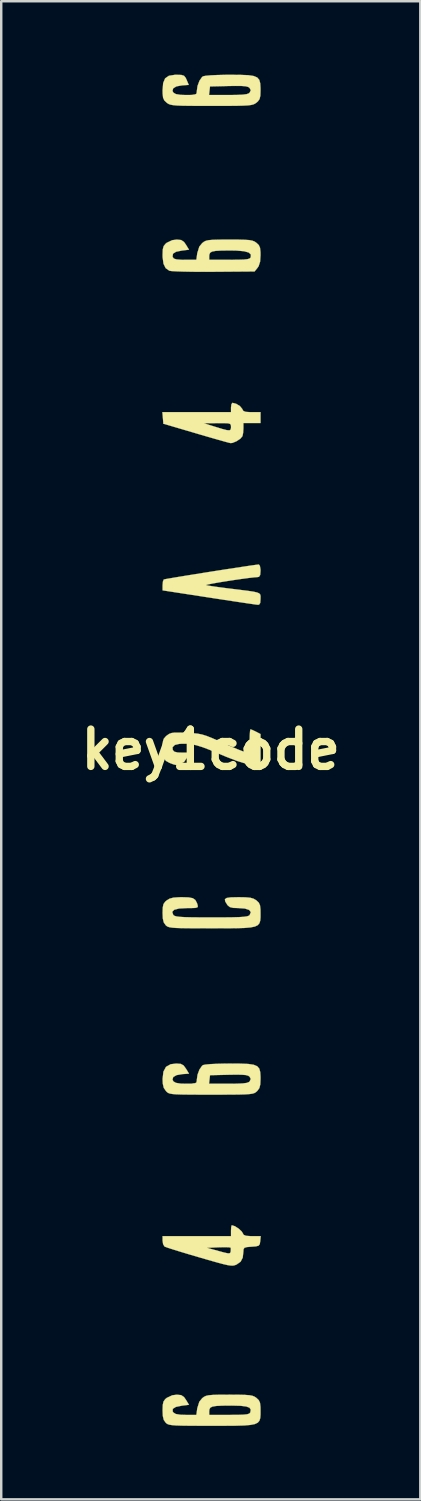
<source format=kicad_pcb>
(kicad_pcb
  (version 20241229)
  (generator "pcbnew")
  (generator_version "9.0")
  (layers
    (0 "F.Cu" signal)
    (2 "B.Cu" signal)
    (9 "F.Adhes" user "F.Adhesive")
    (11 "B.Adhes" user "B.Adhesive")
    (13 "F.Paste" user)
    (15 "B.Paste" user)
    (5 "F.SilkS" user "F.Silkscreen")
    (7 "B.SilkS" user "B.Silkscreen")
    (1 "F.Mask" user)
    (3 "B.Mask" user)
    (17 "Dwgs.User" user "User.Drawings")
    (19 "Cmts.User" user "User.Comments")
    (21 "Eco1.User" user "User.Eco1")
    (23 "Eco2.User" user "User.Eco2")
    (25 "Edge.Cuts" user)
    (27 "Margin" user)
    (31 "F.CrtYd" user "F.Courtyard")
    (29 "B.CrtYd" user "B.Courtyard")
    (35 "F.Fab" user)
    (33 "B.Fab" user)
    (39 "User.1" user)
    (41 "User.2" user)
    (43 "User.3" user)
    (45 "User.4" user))
  (footprint "key1code"
    (layer "F.Cu")
    (at 5.559 27.564)
    (property "Reference" "key1code" (at 0 0 0) (layer "F.SilkS") (effects (font (size 1.524 1.524) (thickness 0.3))))
    (attr through_hole)
    (fp_poly (pts (xy 1.039 -14.121) (xy 1.192 -14.026) (xy 1.285 -13.914) (xy 1.29 -13.899) (xy 1.331 -13.829) (xy 1.425 -13.792) (xy 1.605 -13.78) (xy 1.677 -13.78) (xy 2.032 -13.78) (xy 2.032 -13.335) (xy 1.333 -13.335) (xy 1.333 -13.118) (xy 1.322 -12.937) (xy 1.295 -12.801) (xy 1.294 -12.798) (xy 1.206 -12.694) (xy 1.052 -12.592) (xy 0.889 -12.525) (xy 0.813 -12.515) (xy 0.73 -12.534) (xy 0.544 -12.584) (xy 0.274 -12.66) (xy -0.06 -12.756) (xy -0.441 -12.867) (xy -0.603 -12.915) (xy -1.937 -13.308) (xy -1.938 -13.326) (xy -0.286 -13.326) (xy 0.191 -13.178) (xy 0.473 -13.092) (xy 0.656 -13.045) (xy 0.762 -13.037) (xy 0.811 -13.067) (xy 0.825 -13.135) (xy 0.826 -13.176) (xy 0.821 -13.252) (xy 0.791 -13.299) (xy 0.71 -13.323) (xy 0.554 -13.331) (xy 0.297 -13.331) (xy 0.27 -13.33) (xy -0.286 -13.326) (xy -1.938 -13.326) (xy -1.956 -13.544) (xy -1.976 -13.78) (xy 0.826 -13.78) (xy 0.826 -13.97) (xy 0.843 -14.104) (xy 0.885 -14.16) (xy 0.886 -14.161) (xy 1.039 -14.121)) (stroke (width 0.01) (type solid)) (fill yes) (layer "F.SilkS"))
    (fp_poly (pts (xy 0.988 19.472) (xy 1.141 19.571) (xy 1.264 19.686) (xy 1.302 19.748) (xy 1.345 19.823) (xy 1.438 19.862) (xy 1.613 19.875) (xy 1.691 19.875) (xy 2.04 19.875) (xy 2.02 20.082) (xy 2.002 20.202) (xy 1.953 20.266) (xy 1.842 20.294) (xy 1.667 20.307) (xy 1.473 20.323) (xy 1.373 20.354) (xy 1.337 20.418) (xy 1.333 20.498) (xy 1.306 20.753) (xy 1.218 20.921) (xy 1.058 21.033) (xy 0.986 21.063) (xy 0.911 21.079) (xy 0.814 21.078) (xy 0.677 21.057) (xy 0.484 21.012) (xy 0.218 20.94) (xy -0.14 20.838) (xy -0.477 20.74) (xy -0.872 20.624) (xy -1.227 20.517) (xy -1.525 20.425) (xy -1.745 20.354) (xy -1.751 20.352) (xy -0.159 20.352) (xy 0.318 20.484) (xy 0.556 20.548) (xy 0.7 20.579) (xy 0.773 20.576) (xy 0.804 20.541) (xy 0.815 20.494) (xy 0.819 20.38) (xy 0.807 20.343) (xy 0.733 20.332) (xy 0.567 20.327) (xy 0.342 20.332) (xy 0.309 20.333) (xy -0.159 20.352) (xy -1.751 20.352) (xy -1.87 20.309) (xy -1.889 20.3) (xy -1.947 20.205) (xy -1.968 20.062) (xy -1.968 19.875) (xy 0.826 19.875) (xy 0.826 19.653) (xy 0.834 19.506) (xy 0.856 19.433) (xy 0.86 19.431) (xy 0.988 19.472)) (stroke (width 0.01) (type solid)) (fill yes) (layer "F.SilkS"))
    (fp_poly (pts (xy 2.007 -7.5) (xy 2.03 -7.359) (xy 2.032 -7.303) (xy 2.019 -7.132) (xy 1.971 -7.056) (xy 1.921 -7.044) (xy 1.761 -7.031) (xy 1.528 -7.004) (xy 1.245 -6.966) (xy 0.936 -6.921) (xy 0.624 -6.873) (xy 0.333 -6.826) (xy 0.085 -6.782) (xy -0.096 -6.746) (xy -0.187 -6.722) (xy -0.191 -6.715) (xy -0.095 -6.694) (xy 0.101 -6.663) (xy 0.37 -6.625) (xy 0.686 -6.584) (xy 0.762 -6.575) (xy 1.193 -6.522) (xy 1.513 -6.482) (xy 1.74 -6.448) (xy 1.89 -6.415) (xy 1.978 -6.377) (xy 2.02 -6.33) (xy 2.033 -6.268) (xy 2.032 -6.185) (xy 2.032 -6.152) (xy 2.02 -5.988) (xy 1.974 -5.919) (xy 1.921 -5.912) (xy 1.832 -5.923) (xy 1.634 -5.951) (xy 1.344 -5.994) (xy 0.977 -6.049) (xy 0.552 -6.113) (xy 0.083 -6.185) (xy -0.079 -6.21) (xy -1.968 -6.501) (xy -1.968 -6.708) (xy -1.955 -6.858) (xy -1.922 -6.942) (xy -1.92 -6.944) (xy -1.85 -6.96) (xy -1.673 -6.991) (xy -1.407 -7.036) (xy -1.073 -7.091) (xy -0.688 -7.153) (xy -0.272 -7.22) (xy 0.158 -7.288) (xy 0.581 -7.354) (xy 0.981 -7.415) (xy 1.336 -7.469) (xy 1.63 -7.513) (xy 1.843 -7.543) (xy 1.956 -7.556) (xy 1.965 -7.556) (xy 2.007 -7.5)) (stroke (width 0.01) (type solid)) (fill yes) (layer "F.SilkS"))
    (fp_poly (pts (xy 1.697 -0.799) (xy 1.832 -0.735) (xy 1.845 -0.729) (xy 2.032 -0.632) (xy 2.032 0.011) (xy 2.032 0.653) (xy 1.648 0.613) (xy 1.389 0.564) (xy 1.053 0.459) (xy 0.629 0.296) (xy 0.362 0.184) (xy -0.034 0.018) (xy -0.344 -0.099) (xy -0.592 -0.175) (xy -0.806 -0.219) (xy -0.953 -0.235) (xy -1.262 -0.236) (xy -1.466 -0.188) (xy -1.561 -0.094) (xy -1.552 0.018) (xy -1.489 0.089) (xy -1.35 0.122) (xy -1.203 0.127) (xy -0.896 0.127) (xy -0.964 0.322) (xy -1.088 0.504) (xy -1.283 0.615) (xy -1.417 0.633) (xy -1.524 0.607) (xy -1.68 0.548) (xy -1.689 0.544) (xy -1.831 0.464) (xy -1.916 0.355) (xy -1.957 0.185) (xy -1.968 -0.077) (xy -1.968 -0.096) (xy -1.959 -0.307) (xy -1.92 -0.44) (xy -1.834 -0.54) (xy -1.794 -0.573) (xy -1.703 -0.636) (xy -1.604 -0.674) (xy -1.466 -0.692) (xy -1.26 -0.692) (xy -0.984 -0.681) (xy -0.732 -0.668) (xy -0.532 -0.647) (xy -0.353 -0.612) (xy -0.165 -0.553) (xy 0.065 -0.461) (xy 0.367 -0.327) (xy 0.508 -0.263) (xy 0.819 -0.126) (xy 1.095 -0.009) (xy 1.313 0.076) (xy 1.449 0.122) (xy 1.476 0.126) (xy 1.534 0.111) (xy 1.567 0.046) (xy 1.583 -0.094) (xy 1.587 -0.334) (xy 1.587 -0.349) (xy 1.592 -0.577) (xy 1.603 -0.745) (xy 1.619 -0.823) (xy 1.622 -0.826) (xy 1.697 -0.799)) (stroke (width 0.01) (type solid)) (fill yes) (layer "F.SilkS"))
    (fp_poly (pts (xy 1.127 -20.827) (xy 1.392 -20.82) (xy 1.577 -20.807) (xy 1.702 -20.783) (xy 1.791 -20.747) (xy 1.865 -20.696) (xy 1.962 -20.604) (xy 2.012 -20.493) (xy 2.03 -20.322) (xy 2.032 -20.195) (xy 2.015 -19.928) (xy 1.957 -19.746) (xy 1.911 -19.676) (xy 1.789 -19.526) (xy 0.117 -19.513) (xy -0.338 -19.511) (xy -0.757 -19.514) (xy -1.12 -19.521) (xy -1.411 -19.531) (xy -1.609 -19.543) (xy -1.694 -19.557) (xy -1.843 -19.662) (xy -1.931 -19.841) (xy -1.967 -20.113) (xy -1.968 -20.216) (xy -1.96 -20.431) (xy -1.923 -20.564) (xy -1.842 -20.663) (xy -1.801 -20.696) (xy -1.575 -20.804) (xy -1.388 -20.828) (xy -1.209 -20.81) (xy -1.094 -20.733) (xy -1.015 -20.622) (xy -0.889 -20.415) (xy -1.175 -20.381) (xy -1.417 -20.331) (xy -1.543 -20.252) (xy -1.56 -20.137) (xy -1.551 -20.108) (xy -1.504 -20.051) (xy -1.401 -20.019) (xy -1.215 -20.004) (xy -1.049 -20.003) (xy -0.588 -20.003) (xy -0.568 -20.154) (xy -0.064 -20.154) (xy -0.064 -20.003) (xy 0.764 -20.003) (xy 1.108 -20.005) (xy 1.346 -20.012) (xy 1.498 -20.028) (xy 1.585 -20.055) (xy 1.626 -20.094) (xy 1.632 -20.107) (xy 1.637 -20.219) (xy 1.55 -20.3) (xy 1.36 -20.352) (xy 1.06 -20.379) (xy 0.787 -20.384) (xy 0.442 -20.38) (xy 0.204 -20.367) (xy 0.054 -20.339) (xy -0.027 -20.29) (xy -0.059 -20.215) (xy -0.064 -20.154) (xy -0.568 -20.154) (xy -0.552 -20.272) (xy -0.468 -20.541) (xy -0.35 -20.685) (xy -0.277 -20.741) (xy -0.196 -20.78) (xy -0.084 -20.805) (xy 0.082 -20.819) (xy 0.326 -20.826) (xy 0.668 -20.828) (xy 0.757 -20.828) (xy 1.127 -20.827)) (stroke (width 0.01) (type solid)) (fill yes) (layer "F.SilkS"))
    (fp_poly (pts (xy 1.216 12.83) (xy 1.531 12.843) (xy 1.753 12.876) (xy 1.897 12.937) (xy 1.981 13.033) (xy 2.02 13.173) (xy 2.032 13.366) (xy 2.032 13.451) (xy 2.022 13.681) (xy 1.985 13.829) (xy 1.906 13.938) (xy 1.885 13.959) (xy 1.837 14) (xy 1.782 14.032) (xy 1.703 14.056) (xy 1.586 14.073) (xy 1.416 14.085) (xy 1.176 14.092) (xy 0.852 14.096) (xy 0.428 14.097) (xy 0.023 14.097) (xy -0.488 14.097) (xy -0.887 14.095) (xy -1.189 14.091) (xy -1.411 14.084) (xy -1.566 14.071) (xy -1.67 14.053) (xy -1.739 14.027) (xy -1.788 13.993) (xy -1.83 13.95) (xy -1.919 13.821) (xy -1.96 13.648) (xy -1.968 13.453) (xy -1.934 13.157) (xy -1.827 12.96) (xy -1.637 12.854) (xy -1.408 12.827) (xy -1.225 12.841) (xy -1.111 12.903) (xy -1.015 13.033) (xy -0.889 13.24) (xy -1.17 13.259) (xy -1.399 13.3) (xy -1.534 13.379) (xy -1.563 13.484) (xy -1.524 13.557) (xy -1.424 13.615) (xy -1.234 13.646) (xy -1.008 13.652) (xy -0.072 13.652) (xy 0.718 13.652) (xy 1.068 13.649) (xy 1.311 13.638) (xy 1.467 13.617) (xy 1.557 13.583) (xy 1.587 13.557) (xy 1.634 13.456) (xy 1.586 13.365) (xy 1.528 13.323) (xy 1.425 13.296) (xy 1.254 13.283) (xy 0.994 13.281) (xy 0.737 13.285) (xy -0.032 13.303) (xy -0.072 13.652) (xy -1.008 13.652) (xy -0.778 13.65) (xy -0.648 13.635) (xy -0.588 13.599) (xy -0.572 13.533) (xy -0.572 13.503) (xy -0.541 13.283) (xy -0.463 13.072) (xy -0.358 12.921) (xy -0.315 12.889) (xy -0.213 12.868) (xy -0.01 12.849) (xy 0.271 12.836) (xy 0.603 12.828) (xy 0.79 12.827) (xy 1.216 12.83)) (stroke (width 0.01) (type solid)) (fill yes) (layer "F.SilkS"))
    (fp_poly (pts (xy 1.422 6.037) (xy 1.616 6.055) (xy 1.748 6.093) (xy 1.853 6.155) (xy 1.865 6.164) (xy 1.961 6.256) (xy 2.011 6.364) (xy 2.03 6.532) (xy 2.032 6.672) (xy 2.032 6.847) (xy 2.021 6.987) (xy 1.988 7.094) (xy 1.92 7.174) (xy 1.802 7.231) (xy 1.623 7.267) (xy 1.368 7.289) (xy 1.026 7.299) (xy 0.583 7.302) (xy 0.032 7.303) (xy -0.486 7.302) (xy -0.892 7.3) (xy -1.2 7.296) (xy -1.427 7.288) (xy -1.587 7.275) (xy -1.695 7.257) (xy -1.766 7.232) (xy -1.816 7.2) (xy -1.841 7.176) (xy -1.92 7.063) (xy -1.959 6.9) (xy -1.968 6.672) (xy -1.961 6.451) (xy -1.931 6.313) (xy -1.863 6.217) (xy -1.801 6.164) (xy -1.679 6.09) (xy -1.525 6.05) (xy -1.298 6.034) (xy -1.174 6.032) (xy -0.906 6.04) (xy -0.735 6.073) (xy -0.631 6.145) (xy -0.565 6.269) (xy -0.543 6.334) (xy -0.527 6.407) (xy -0.55 6.45) (xy -0.637 6.47) (xy -0.812 6.477) (xy -0.972 6.477) (xy -1.293 6.494) (xy -1.494 6.546) (xy -1.575 6.631) (xy -1.535 6.749) (xy -1.524 6.763) (xy -1.48 6.794) (xy -1.397 6.818) (xy -1.259 6.835) (xy -1.052 6.847) (xy -0.759 6.854) (xy -0.368 6.857) (xy 0.032 6.858) (xy 0.515 6.857) (xy 0.887 6.853) (xy 1.161 6.845) (xy 1.354 6.832) (xy 1.48 6.814) (xy 1.555 6.788) (xy 1.587 6.763) (xy 1.636 6.643) (xy 1.568 6.552) (xy 1.392 6.495) (xy 1.139 6.477) (xy 0.917 6.469) (xy 0.782 6.437) (xy 0.695 6.369) (xy 0.67 6.336) (xy 0.589 6.203) (xy 0.577 6.115) (xy 0.648 6.064) (xy 0.816 6.039) (xy 1.095 6.033) (xy 1.134 6.032) (xy 1.422 6.037)) (stroke (width 0.01) (type solid)) (fill yes) (layer "F.SilkS"))
    (fp_poly (pts (xy 1.216 -27.556) (xy 1.531 -27.543) (xy 1.753 -27.51) (xy 1.897 -27.449) (xy 1.981 -27.353) (xy 2.02 -27.211) (xy 2.031 -27.017) (xy 2.032 -26.929) (xy 2.025 -26.707) (xy 1.994 -26.57) (xy 1.926 -26.474) (xy 1.865 -26.421) (xy 1.808 -26.381) (xy 1.743 -26.35) (xy 1.652 -26.327) (xy 1.52 -26.31) (xy 1.331 -26.3) (xy 1.069 -26.293) (xy 0.718 -26.29) (xy 0.264 -26.289) (xy 0.032 -26.289) (xy -0.473 -26.289) (xy -0.866 -26.292) (xy -1.164 -26.296) (xy -1.383 -26.305) (xy -1.537 -26.319) (xy -1.644 -26.339) (xy -1.719 -26.366) (xy -1.777 -26.402) (xy -1.801 -26.421) (xy -1.897 -26.512) (xy -1.948 -26.621) (xy -1.966 -26.789) (xy -1.968 -26.929) (xy -1.945 -27.222) (xy -1.865 -27.413) (xy -1.711 -27.519) (xy -1.467 -27.558) (xy -1.394 -27.559) (xy -1.201 -27.553) (xy -1.092 -27.519) (xy -1.025 -27.437) (xy -0.986 -27.353) (xy -0.899 -27.146) (xy -1.175 -27.127) (xy -1.401 -27.086) (xy -1.535 -27.006) (xy -1.563 -26.9) (xy -1.524 -26.829) (xy -1.424 -26.771) (xy -1.234 -26.74) (xy -1.008 -26.733) (xy -0.072 -26.733) (xy 0.718 -26.733) (xy 1.068 -26.737) (xy 1.311 -26.748) (xy 1.467 -26.769) (xy 1.557 -26.803) (xy 1.587 -26.829) (xy 1.634 -26.93) (xy 1.586 -27.021) (xy 1.528 -27.063) (xy 1.425 -27.09) (xy 1.254 -27.103) (xy 0.994 -27.105) (xy 0.737 -27.101) (xy -0.032 -27.083) (xy -0.072 -26.733) (xy -1.008 -26.733) (xy -0.778 -26.736) (xy -0.648 -26.751) (xy -0.588 -26.787) (xy -0.572 -26.853) (xy -0.572 -26.883) (xy -0.541 -27.103) (xy -0.463 -27.314) (xy -0.358 -27.465) (xy -0.315 -27.497) (xy -0.213 -27.518) (xy -0.01 -27.537) (xy 0.271 -27.55) (xy 0.603 -27.558) (xy 0.79 -27.559) (xy 1.216 -27.556)) (stroke (width 0.01) (type solid)) (fill yes) (layer "F.SilkS"))
    (fp_poly (pts (xy 1.127 26.354) (xy 1.392 26.36) (xy 1.577 26.374) (xy 1.702 26.397) (xy 1.791 26.434) (xy 1.865 26.484) (xy 1.961 26.576) (xy 2.011 26.684) (xy 2.03 26.852) (xy 2.032 26.992) (xy 2.032 27.167) (xy 2.021 27.307) (xy 1.988 27.414) (xy 1.92 27.494) (xy 1.802 27.551) (xy 1.623 27.587) (xy 1.368 27.609) (xy 1.026 27.619) (xy 0.583 27.622) (xy 0.032 27.622) (xy -0.486 27.622) (xy -0.892 27.62) (xy -1.2 27.616) (xy -1.427 27.608) (xy -1.587 27.595) (xy -1.695 27.577) (xy -1.766 27.552) (xy -1.816 27.52) (xy -1.841 27.495) (xy -1.92 27.383) (xy -1.959 27.22) (xy -1.968 26.992) (xy -1.961 26.771) (xy -1.931 26.633) (xy -1.863 26.537) (xy -1.801 26.484) (xy -1.575 26.377) (xy -1.388 26.352) (xy -1.209 26.37) (xy -1.094 26.447) (xy -1.015 26.559) (xy -0.889 26.765) (xy -1.175 26.8) (xy -1.423 26.851) (xy -1.551 26.93) (xy -1.557 27.033) (xy -1.526 27.08) (xy -1.429 27.14) (xy -1.245 27.171) (xy -1.017 27.178) (xy -0.588 27.178) (xy -0.568 27.026) (xy -0.064 27.026) (xy -0.064 27.178) (xy 0.755 27.178) (xy 1.098 27.176) (xy 1.335 27.168) (xy 1.485 27.152) (xy 1.57 27.125) (xy 1.609 27.084) (xy 1.614 27.075) (xy 1.633 26.963) (xy 1.583 26.885) (xy 1.449 26.834) (xy 1.218 26.806) (xy 0.876 26.797) (xy 0.823 26.797) (xy 0.47 26.8) (xy 0.224 26.812) (xy 0.067 26.838) (xy -0.02 26.884) (xy -0.057 26.953) (xy -0.064 27.026) (xy -0.568 27.026) (xy -0.552 26.908) (xy -0.468 26.64) (xy -0.35 26.495) (xy -0.277 26.44) (xy -0.196 26.401) (xy -0.084 26.376) (xy 0.082 26.361) (xy 0.326 26.354) (xy 0.668 26.353) (xy 0.757 26.352) (xy 1.127 26.354)) (stroke (width 0.01) (type solid)) (fill yes) (layer "F.SilkS")))
  (gr_rect
    (start -3 -3)
    (end 14.118 58.191)
    (stroke (width 0.1) (type default))
    (fill no)
    (layer "Edge.Cuts")))
</source>
